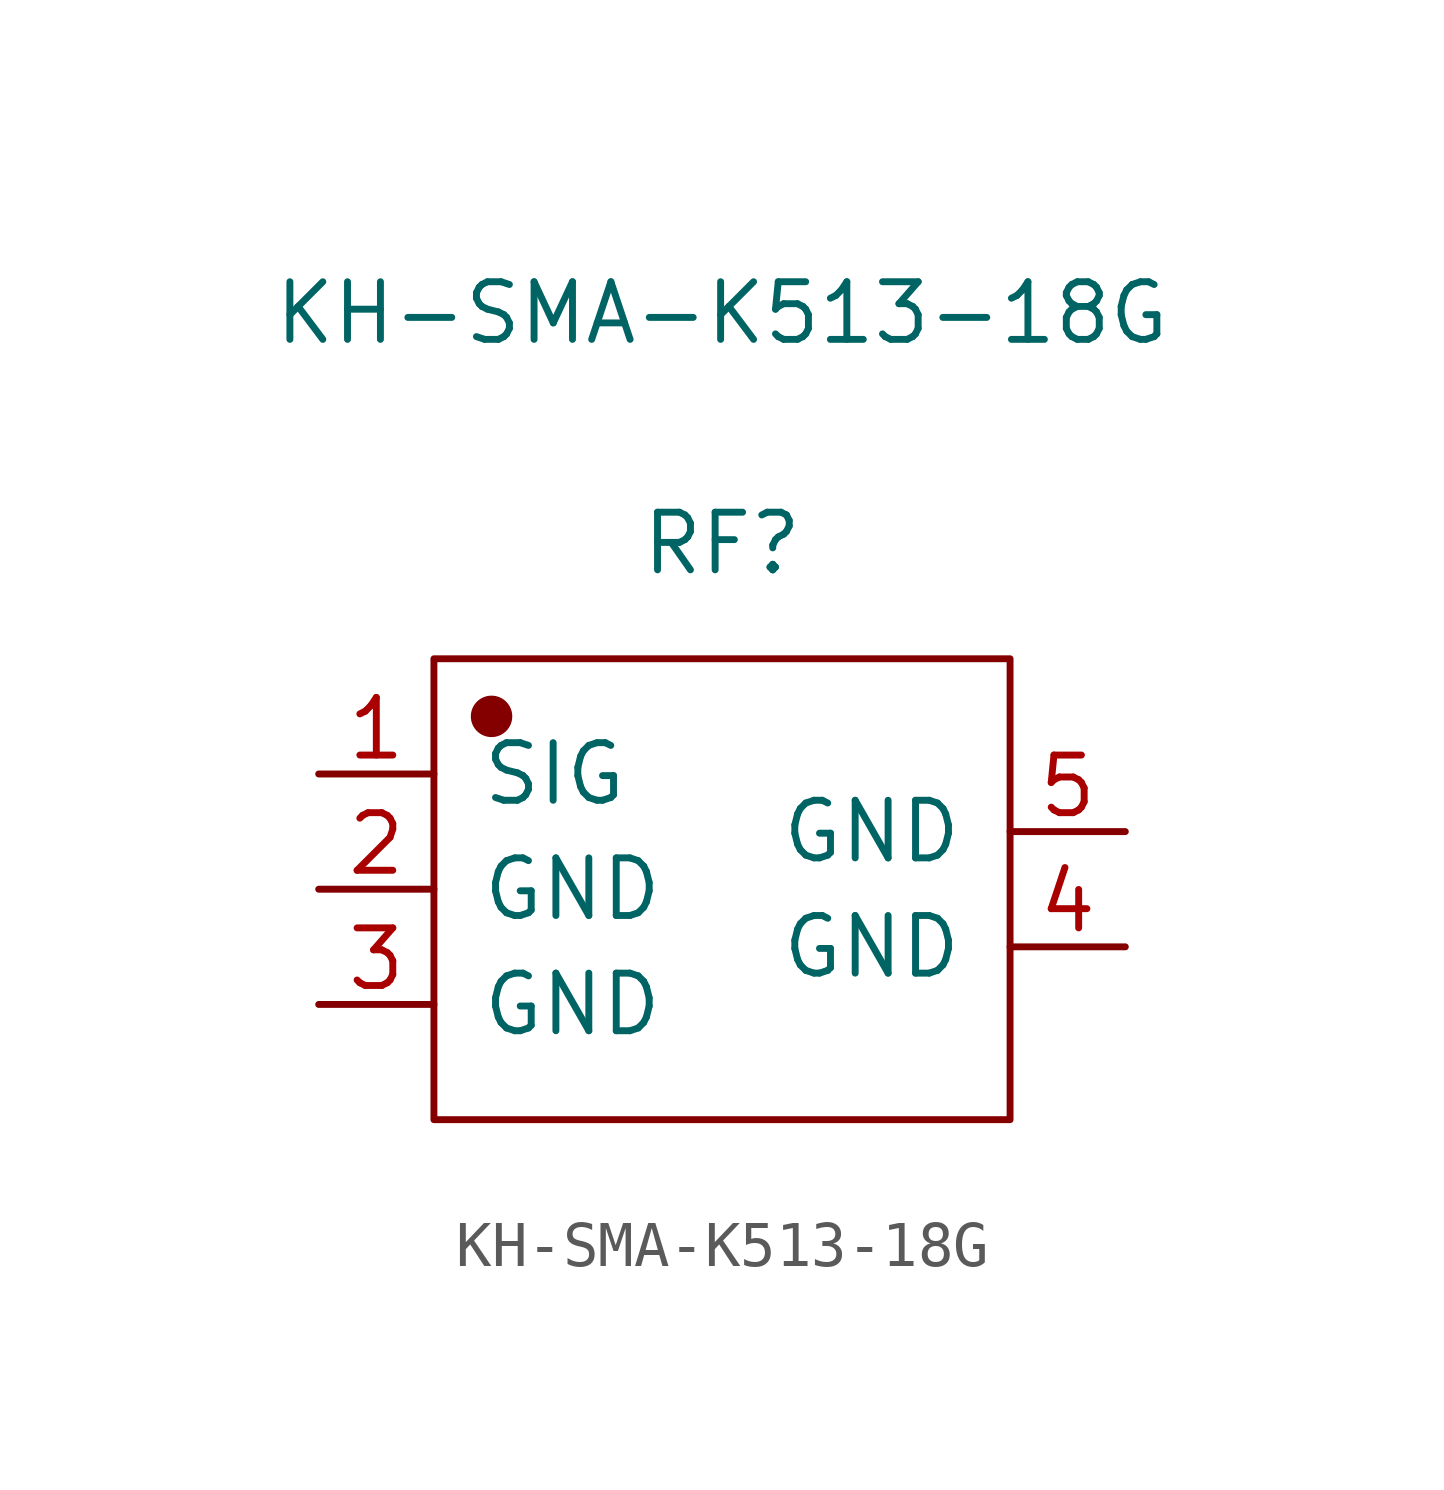
<source format=kicad_sym>
(kicad_symbol_lib
  (version 20220914)
  (generator kicad_symbol_editor)
  (symbol "KH-SMA-K513-18G"
    (pin_names
      (offset 1.016))
    (property "Reference" "RF"
      (at 0 7.62 0)
      (effects (font (size 1.27 1.27))))
    (property "Value" "KH-SMA-K513-18G"
      (at 0 12.7 0)
      (effects (font (size 1.27 1.27))))
    (symbol "KH-SMA-K513-18G_1_1"
      (rectangle (start -6.35 5.08) (end 6.35 -5.08) (stroke (width 0.152) (type solid)) (fill (type none)))
      (circle (center -5.08 3.81) (radius 0.381) (stroke (width 0.152) (type solid)) (fill (type outline)))
      (pin input line (at -8.89 2.54 0) (length 2.54) (name "SIG" (effects (font (size 1.27 1.27)))) (number "1" (effects (font (size 1.27 1.27)))))
      (pin input line (at -8.89 0 0) (length 2.54) (name "GND" (effects (font (size 1.27 1.27)))) (number "2" (effects (font (size 1.27 1.27)))))
      (pin input line (at -8.89 -2.54 0) (length 2.54) (name "GND" (effects (font (size 1.27 1.27)))) (number "3" (effects (font (size 1.27 1.27)))))
      (pin input line (at 8.89 -1.27 180) (length 2.54) (name "GND" (effects (font (size 1.27 1.27)))) (number "4" (effects (font (size 1.27 1.27)))))
      (pin input line (at 8.89 1.27 180) (length 2.54) (name "GND" (effects (font (size 1.27 1.27)))) (number "5" (effects (font (size 1.27 1.27))))))))
</source>
